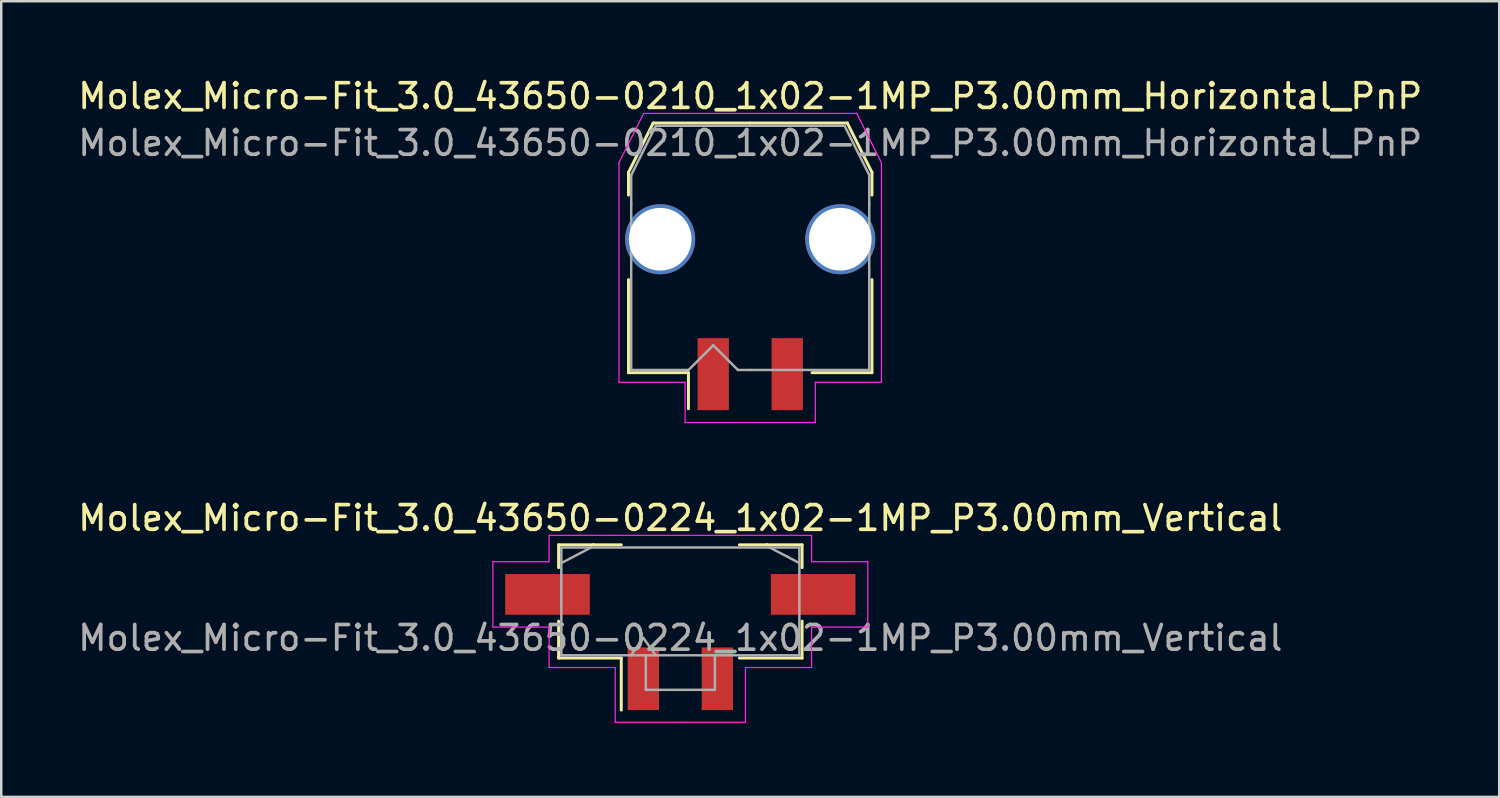
<source format=kicad_pcb>
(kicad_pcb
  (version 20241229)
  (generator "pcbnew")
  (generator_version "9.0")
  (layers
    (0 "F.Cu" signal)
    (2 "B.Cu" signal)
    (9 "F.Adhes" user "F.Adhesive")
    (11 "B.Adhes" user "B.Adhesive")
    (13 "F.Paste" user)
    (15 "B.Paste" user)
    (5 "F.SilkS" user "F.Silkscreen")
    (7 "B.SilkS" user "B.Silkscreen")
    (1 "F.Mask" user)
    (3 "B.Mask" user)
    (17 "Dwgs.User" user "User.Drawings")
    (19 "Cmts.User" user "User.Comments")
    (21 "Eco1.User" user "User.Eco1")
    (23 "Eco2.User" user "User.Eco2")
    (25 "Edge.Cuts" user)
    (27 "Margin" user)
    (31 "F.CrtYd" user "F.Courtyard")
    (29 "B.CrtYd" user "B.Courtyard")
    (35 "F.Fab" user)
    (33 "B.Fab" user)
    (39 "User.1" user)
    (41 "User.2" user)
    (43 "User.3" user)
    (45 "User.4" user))
  (footprint "Molex_Micro-Fit_3.0_43650-0224_1x02-1MP_P3.00mm_Vertical"
    (layer "F.Cu")
    (at 24.53 21.331)
    (property "Reference" "Molex_Micro-Fit_3.0_43650-0224_1x02-1MP_P3.00mm_Vertical" (at 0 -3.38 0) (layer "F.SilkS") (effects (font (size 1 1) (thickness 0.15))))
    (attr smd)
    (fp_line (start -4.935 -2.295) (end -3.515 -2.295) (stroke (width 0.12) (type solid)) (layer "F.SilkS"))
    (fp_line (start -4.935 -1.37) (end -4.935 -2.295) (stroke (width 0.12) (type solid)) (layer "F.SilkS"))
    (fp_line (start -4.935 0.8) (end -4.935 2.295) (stroke (width 0.12) (type solid)) (layer "F.SilkS"))
    (fp_line (start -4.935 2.295) (end -2.395 2.295) (stroke (width 0.12) (type solid)) (layer "F.SilkS"))
    (fp_line (start -3.515 -2.295) (end -3.515 -2.295) (stroke (width 0.12) (type solid)) (layer "F.SilkS"))
    (fp_line (start -3.515 -2.295) (end -2.395 -2.295) (stroke (width 0.12) (type solid)) (layer "F.SilkS"))
    (fp_line (start -2.395 2.295) (end -2.395 4.405) (stroke (width 0.12) (type solid)) (layer "F.SilkS"))
    (fp_line (start 3.515 -2.295) (end 2.395 -2.295) (stroke (width 0.12) (type solid)) (layer "F.SilkS"))
    (fp_line (start 3.515 -2.295) (end 3.515 -2.295) (stroke (width 0.12) (type solid)) (layer "F.SilkS"))
    (fp_line (start 4.935 -2.295) (end 3.515 -2.295) (stroke (width 0.12) (type solid)) (layer "F.SilkS"))
    (fp_line (start 4.935 -1.37) (end 4.935 -2.295) (stroke (width 0.12) (type solid)) (layer "F.SilkS"))
    (fp_line (start 4.935 0.8) (end 4.935 2.295) (stroke (width 0.12) (type solid)) (layer "F.SilkS"))
    (fp_line (start 4.935 2.295) (end 2.395 2.295) (stroke (width 0.12) (type solid)) (layer "F.SilkS"))
    (fp_line (start -7.6 -1.61) (end -7.6 1.04) (stroke (width 0.05) (type solid)) (layer "F.CrtYd"))
    (fp_line (start -7.6 1.04) (end -5.32 1.04) (stroke (width 0.05) (type solid)) (layer "F.CrtYd"))
    (fp_line (start -5.32 -2.68) (end -5.32 -1.61) (stroke (width 0.05) (type solid)) (layer "F.CrtYd"))
    (fp_line (start -5.32 -1.61) (end -7.6 -1.61) (stroke (width 0.05) (type solid)) (layer "F.CrtYd"))
    (fp_line (start -5.32 1.04) (end -5.32 2.68) (stroke (width 0.05) (type solid)) (layer "F.CrtYd"))
    (fp_line (start -5.32 2.68) (end -2.64 2.68) (stroke (width 0.05) (type solid)) (layer "F.CrtYd"))
    (fp_line (start -2.64 -2.68) (end -5.32 -2.68) (stroke (width 0.05) (type solid)) (layer "F.CrtYd"))
    (fp_line (start -2.64 2.68) (end -2.64 4.9) (stroke (width 0.05) (type solid)) (layer "F.CrtYd"))
    (fp_line (start -2.64 4.9) (end 0 4.9) (stroke (width 0.05) (type solid)) (layer "F.CrtYd"))
    (fp_line (start 0 -2.68) (end -2.64 -2.68) (stroke (width 0.05) (type solid)) (layer "F.CrtYd"))
    (fp_line (start 0 -2.68) (end 2.64 -2.68) (stroke (width 0.05) (type solid)) (layer "F.CrtYd"))
    (fp_line (start 2.64 -2.68) (end 5.32 -2.68) (stroke (width 0.05) (type solid)) (layer "F.CrtYd"))
    (fp_line (start 2.64 2.68) (end 2.64 4.9) (stroke (width 0.05) (type solid)) (layer "F.CrtYd"))
    (fp_line (start 2.64 4.9) (end 0 4.9) (stroke (width 0.05) (type solid)) (layer "F.CrtYd"))
    (fp_line (start 5.32 -2.68) (end 5.32 -1.61) (stroke (width 0.05) (type solid)) (layer "F.CrtYd"))
    (fp_line (start 5.32 -1.61) (end 7.6 -1.61) (stroke (width 0.05) (type solid)) (layer "F.CrtYd"))
    (fp_line (start 5.32 1.04) (end 5.32 2.68) (stroke (width 0.05) (type solid)) (layer "F.CrtYd"))
    (fp_line (start 5.32 2.68) (end 2.64 2.68) (stroke (width 0.05) (type solid)) (layer "F.CrtYd"))
    (fp_line (start 7.6 -1.61) (end 7.6 1.04) (stroke (width 0.05) (type solid)) (layer "F.CrtYd"))
    (fp_line (start 7.6 1.04) (end 5.32 1.04) (stroke (width 0.05) (type solid)) (layer "F.CrtYd"))
    (fp_line (start -4.825 -2.185) (end -4.825 2.185) (stroke (width 0.1) (type solid)) (layer "F.Fab"))
    (fp_line (start -4.825 -1.555) (end -3.625 -2.185) (stroke (width 0.1) (type solid)) (layer "F.Fab"))
    (fp_line (start -4.825 2.185) (end 4.825 2.185) (stroke (width 0.1) (type solid)) (layer "F.Fab"))
    (fp_line (start -3.625 -2.185) (end -4.825 -2.185) (stroke (width 0.1) (type solid)) (layer "F.Fab"))
    (fp_line (start -3.625 -2.185) (end -3.625 -2.185) (stroke (width 0.1) (type solid)) (layer "F.Fab"))
    (fp_line (start -2 2.185) (end -1.5 1.478) (stroke (width 0.1) (type solid)) (layer "F.Fab"))
    (fp_line (start -1.5 1.478) (end -1 2.185) (stroke (width 0.1) (type solid)) (layer "F.Fab"))
    (fp_line (start -1.4 2.185) (end -1.4 3.585) (stroke (width 0.1) (type solid)) (layer "F.Fab"))
    (fp_line (start -1.4 3.585) (end 1.4 3.585) (stroke (width 0.1) (type solid)) (layer "F.Fab"))
    (fp_line (start 1.4 3.585) (end 1.4 2.185) (stroke (width 0.1) (type solid)) (layer "F.Fab"))
    (fp_line (start 3.625 -2.185) (end -3.625 -2.185) (stroke (width 0.1) (type solid)) (layer "F.Fab"))
    (fp_line (start 3.625 -2.185) (end 3.625 -2.185) (stroke (width 0.1) (type solid)) (layer "F.Fab"))
    (fp_line (start 4.825 -2.185) (end 3.625 -2.185) (stroke (width 0.1) (type solid)) (layer "F.Fab"))
    (fp_line (start 4.825 -1.555) (end 3.625 -2.185) (stroke (width 0.1) (type solid)) (layer "F.Fab"))
    (fp_line (start 4.825 2.185) (end 4.825 -2.185) (stroke (width 0.1) (type solid)) (layer "F.Fab"))
    (fp_text user "${REFERENCE}" (at 0 1.48 0) (layer "F.Fab") (effects (font (size 1 1) (thickness 0.15))))
    (pad "1" smd rect (at -1.5 3.135) (size 1.27 2.54) (layers "F.Cu" "F.Mask" "F.Paste"))
    (pad "2" smd rect (at 1.5 3.135) (size 1.27 2.54) (layers "F.Cu" "F.Mask" "F.Paste"))
    (pad "MP" smd rect (at -5.385 -0.285) (size 3.43 1.65) (layers "F.Cu" "F.Mask" "F.Paste"))
    (pad "MP" smd rect (at 5.385 -0.285) (size 3.43 1.65) (layers "F.Cu" "F.Mask" "F.Paste")))
  (footprint "Molex_Micro-Fit_3.0_43650-0210_1x02-1MP_P3.00mm_Horizontal_PnP"
    (layer "F.Cu")
    (at 27.363 6.998)
    (property "Reference" "Molex_Micro-Fit_3.0_43650-0210_1x02-1MP_P3.00mm_Horizontal_PnP" (at 0 -6.15 0) (layer "F.SilkS") (effects (font (size 1 1) (thickness 0.15))))
    (attr smd)
    (fp_line (start -4.935 -3.06) (end -4.935 -2.14) (stroke (width 0.12) (type solid)) (layer "F.SilkS"))
    (fp_line (start -4.935 1.29) (end -4.935 5.06) (stroke (width 0.12) (type solid)) (layer "F.SilkS"))
    (fp_line (start -4.935 5.06) (end -2.505 5.06) (stroke (width 0.12) (type solid)) (layer "F.SilkS"))
    (fp_line (start -3.935 -5.06) (end -4.935 -3.06) (stroke (width 0.12) (type solid)) (layer "F.SilkS"))
    (fp_line (start -2.505 5.06) (end -2.505 6.52) (stroke (width 0.12) (type solid)) (layer "F.SilkS"))
    (fp_line (start 0 -5.06) (end -3.935 -5.06) (stroke (width 0.12) (type solid)) (layer "F.SilkS"))
    (fp_line (start 0 -5.06) (end 3.935 -5.06) (stroke (width 0.12) (type solid)) (layer "F.SilkS"))
    (fp_line (start 3.935 -5.06) (end 4.935 -3.06) (stroke (width 0.12) (type solid)) (layer "F.SilkS"))
    (fp_line (start 4.935 -3.06) (end 4.935 -2.14) (stroke (width 0.12) (type solid)) (layer "F.SilkS"))
    (fp_line (start 4.935 1.29) (end 4.935 5.06) (stroke (width 0.12) (type solid)) (layer "F.SilkS"))
    (fp_line (start 4.935 5.06) (end 2.505 5.06) (stroke (width 0.12) (type solid)) (layer "F.SilkS"))
    (fp_line (start -5.32 -3.45) (end -5.32 -2.27) (stroke (width 0.05) (type solid)) (layer "F.CrtYd"))
    (fp_line (start -5.32 -2.27) (end -5.32 5.45) (stroke (width 0.05) (type solid)) (layer "F.CrtYd"))
    (fp_line (start -5.32 5.45) (end -2.64 5.45) (stroke (width 0.05) (type solid)) (layer "F.CrtYd"))
    (fp_line (start -4.32 -5.45) (end -5.32 -3.45) (stroke (width 0.05) (type solid)) (layer "F.CrtYd"))
    (fp_line (start -2.64 5.45) (end -2.64 7.08) (stroke (width 0.05) (type solid)) (layer "F.CrtYd"))
    (fp_line (start -2.64 7.08) (end 0 7.08) (stroke (width 0.05) (type solid)) (layer "F.CrtYd"))
    (fp_line (start 0 -5.45) (end -4.32 -5.45) (stroke (width 0.05) (type solid)) (layer "F.CrtYd"))
    (fp_line (start 0 -5.45) (end 4.32 -5.45) (stroke (width 0.05) (type solid)) (layer "F.CrtYd"))
    (fp_line (start 2.64 5.45) (end 2.64 7.08) (stroke (width 0.05) (type solid)) (layer "F.CrtYd"))
    (fp_line (start 2.64 7.08) (end 0 7.08) (stroke (width 0.05) (type solid)) (layer "F.CrtYd"))
    (fp_line (start 4.32 -5.45) (end 5.32 -3.45) (stroke (width 0.05) (type solid)) (layer "F.CrtYd"))
    (fp_line (start 5.32 -3.45) (end 5.32 -2.27) (stroke (width 0.05) (type solid)) (layer "F.CrtYd"))
    (fp_line (start 5.32 -2.27) (end 5.32 5.45) (stroke (width 0.05) (type solid)) (layer "F.CrtYd"))
    (fp_line (start 5.32 5.45) (end 2.64 5.45) (stroke (width 0.05) (type solid)) (layer "F.CrtYd"))
    (fp_line (start -4.825 -2.95) (end -4.825 -1.77) (stroke (width 0.1) (type solid)) (layer "F.Fab"))
    (fp_line (start -4.825 -1.77) (end -4.825 4.95) (stroke (width 0.1) (type solid)) (layer "F.Fab"))
    (fp_line (start -4.825 4.95) (end -2.5 4.95) (stroke (width 0.1) (type solid)) (layer "F.Fab"))
    (fp_line (start -3.825 -4.95) (end -4.825 -2.95) (stroke (width 0.1) (type solid)) (layer "F.Fab"))
    (fp_line (start -2.5 4.95) (end -1.5 3.95) (stroke (width 0.1) (type solid)) (layer "F.Fab"))
    (fp_line (start -1.5 3.95) (end -0.5 4.95) (stroke (width 0.1) (type solid)) (layer "F.Fab"))
    (fp_line (start -0.5 4.95) (end 0 4.95) (stroke (width 0.1) (type solid)) (layer "F.Fab"))
    (fp_line (start 0 -4.95) (end -3.825 -4.95) (stroke (width 0.1) (type solid)) (layer "F.Fab"))
    (fp_line (start 0 -4.95) (end 3.825 -4.95) (stroke (width 0.1) (type solid)) (layer "F.Fab"))
    (fp_line (start 2.135 4.95) (end 0 4.95) (stroke (width 0.1) (type solid)) (layer "F.Fab"))
    (fp_line (start 3.825 -4.95) (end 4.825 -2.95) (stroke (width 0.1) (type solid)) (layer "F.Fab"))
    (fp_line (start 4.825 -2.95) (end 4.825 -1.77) (stroke (width 0.1) (type solid)) (layer "F.Fab"))
    (fp_line (start 4.825 -1.77) (end 4.825 4.95) (stroke (width 0.1) (type solid)) (layer "F.Fab"))
    (fp_line (start 4.825 4.95) (end 2.135 4.95) (stroke (width 0.1) (type solid)) (layer "F.Fab"))
    (fp_text user "${REFERENCE}" (at 0 -4.25 0) (layer "F.Fab") (effects (font (size 1 1) (thickness 0.15))))
    (pad "1" smd rect (at -1.5 5.12) (size 1.27 2.92) (layers "F.Cu" "F.Mask" "F.Paste"))
    (pad "2" smd rect (at 1.5 5.12) (size 1.27 2.92) (layers "F.Cu" "F.Mask" "F.Paste"))
    (pad "MP" thru_hole circle (at -3.65 -0.35) (size 2.84 2.84) (drill 2.54) (layers "*.Cu" "*.Mask"))
    (pad "MP" thru_hole circle (at 3.65 -0.35) (size 2.84 2.84) (drill 2.54) (layers "*.Cu" "*.Mask")))
  (gr_rect
    (start -3 -3)
    (end 57.726 29.256)
    (stroke (width 0.1) (type default))
    (fill no)
    (layer "Edge.Cuts")))
</source>
